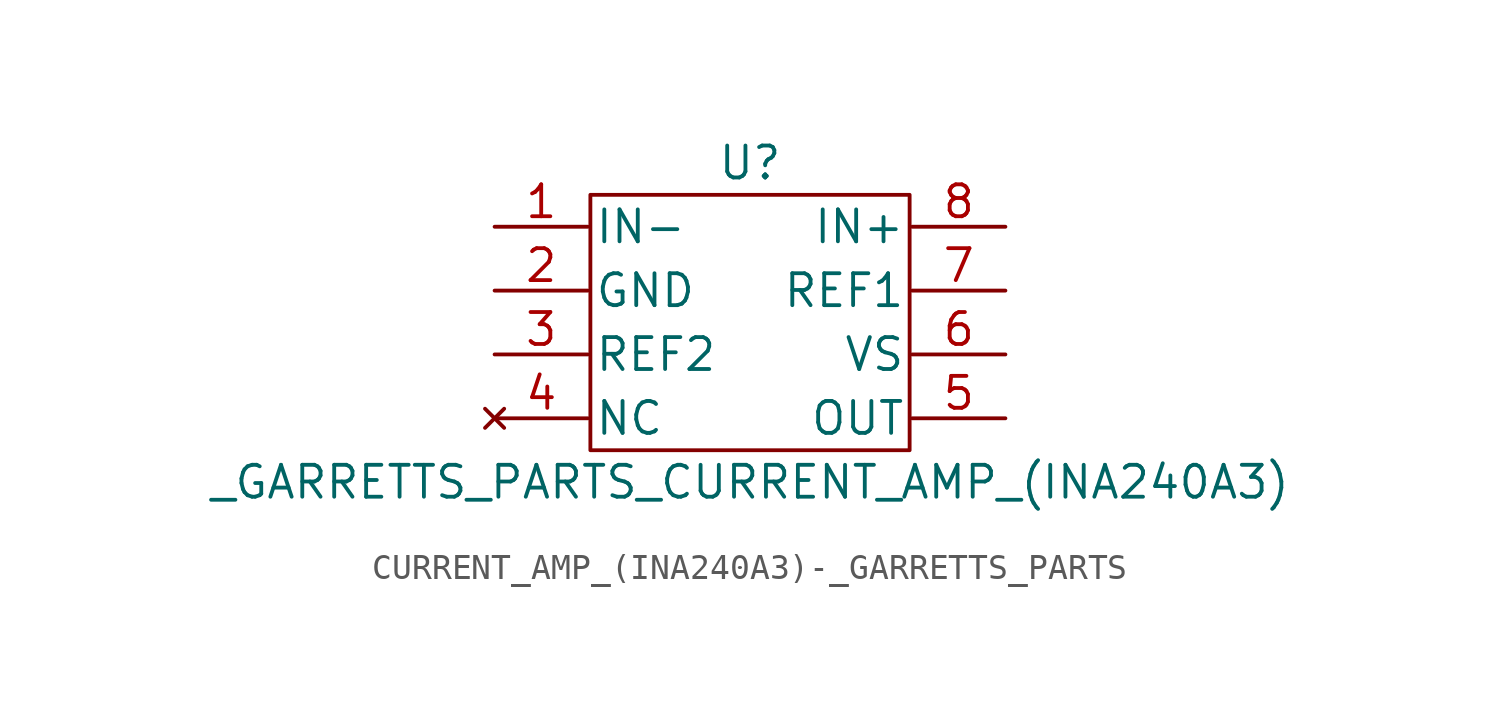
<source format=kicad_sym>
(kicad_symbol_lib
  (version 20220914)
  (generator kicad_symbol_editor)
  (symbol "CURRENT_AMP_(INA240A3)-_GARRETTS_PARTS"
    (pin_names
      (offset 0.254))
    (property "Reference" "U"
      (at 15.24 3.81 0)
      (effects (font (size 1.27 1.27))))
    (property "Value" "_GARRETTS_PARTS_CURRENT_AMP_(INA240A3)"
      (at 15.24 -8.89 0)
      (effects (font (size 1.27 1.27))))
    (symbol "CURRENT_AMP_(INA240A3)-_GARRETTS_PARTS_0_1"
      (rectangle (start 8.89 2.54) (end 21.59 -7.62) (stroke (width 0) (type solid)) (fill (type none))))
    (symbol "CURRENT_AMP_(INA240A3)-_GARRETTS_PARTS_1_1"
      (pin input line (at 5.08 1.27 0) (length 3.708) (name "IN-" (effects (font (size 1.27 1.27)))) (number "1" (effects (font (size 1.27 1.27)))))
      (pin power_in line (at 5.08 -1.27 0) (length 3.708) (name "GND" (effects (font (size 1.27 1.27)))) (number "2" (effects (font (size 1.27 1.27)))))
      (pin passive line (at 5.08 -3.81 0) (length 3.708) (name "REF2" (effects (font (size 1.27 1.27)))) (number "3" (effects (font (size 1.27 1.27)))))
      (pin no_connect line (at 5.08 -6.35 0) (length 3.708) (name "NC" (effects (font (size 1.27 1.27)))) (number "4" (effects (font (size 1.27 1.27)))))
      (pin output line (at 25.4 -6.35 180) (length 3.708) (name "OUT" (effects (font (size 1.27 1.27)))) (number "5" (effects (font (size 1.27 1.27)))))
      (pin power_in line (at 25.4 -3.81 180) (length 3.708) (name "VS" (effects (font (size 1.27 1.27)))) (number "6" (effects (font (size 1.27 1.27)))))
      (pin passive line (at 25.4 -1.27 180) (length 3.708) (name "REF1" (effects (font (size 1.27 1.27)))) (number "7" (effects (font (size 1.27 1.27)))))
      (pin input line (at 25.4 1.27 180) (length 3.708) (name "IN+" (effects (font (size 1.27 1.27)))) (number "8" (effects (font (size 1.27 1.27))))))))
</source>
